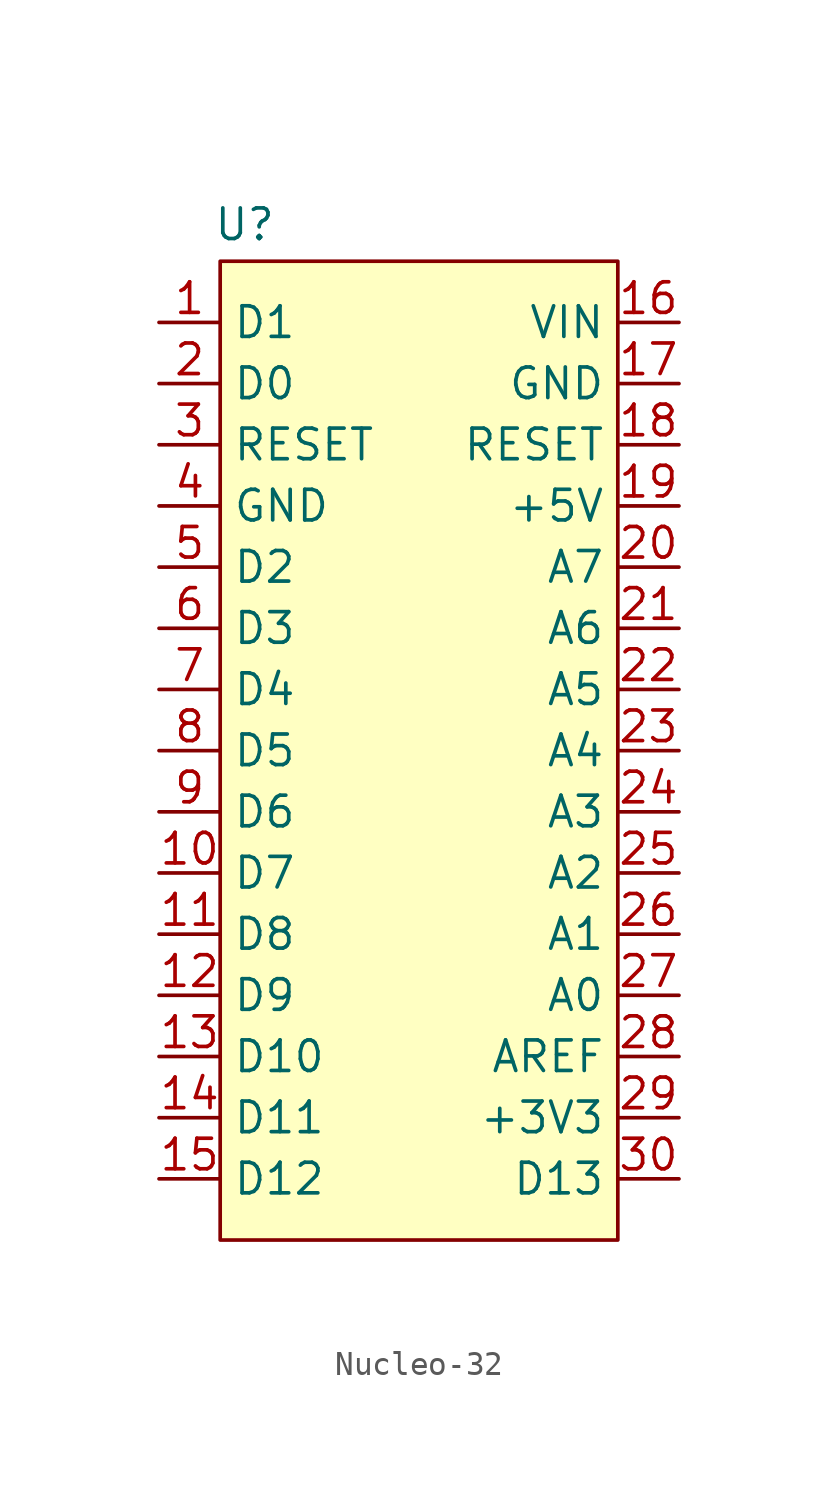
<source format=kicad_sym>
(kicad_symbol_lib
  (version 20231120)
  (generator "kicad_symbol_editor")
  (generator_version "8.0")
  (symbol "Nucleo-32"
    (property "Reference" "U"
      (at 3.556 4.064 0)
      (effects (font (size 1.27 1.27))))
    (property "Value" ""
      (at 0 0 0)
      (effects (font (size 1.27 1.27))))
    (symbol "Nucleo-32_1_1"
      (rectangle (start 2.54 2.54) (end 19.05 -38.1) (stroke (width 0) (type default)) (fill (type background)))
      (pin unspecified line (at 0 0 0) (length 2.54) (name "D1" (effects (font (size 1.27 1.27)))) (number "1" (effects (font (size 1.27 1.27)))))
      (pin unspecified line (at 0 -22.86 0) (length 2.54) (name "D7" (effects (font (size 1.27 1.27)))) (number "10" (effects (font (size 1.27 1.27)))))
      (pin unspecified line (at 0 -25.4 0) (length 2.54) (name "D8" (effects (font (size 1.27 1.27)))) (number "11" (effects (font (size 1.27 1.27)))))
      (pin unspecified line (at 0 -27.94 0) (length 2.54) (name "D9" (effects (font (size 1.27 1.27)))) (number "12" (effects (font (size 1.27 1.27)))))
      (pin unspecified line (at 0 -30.48 0) (length 2.54) (name "D10" (effects (font (size 1.27 1.27)))) (number "13" (effects (font (size 1.27 1.27)))))
      (pin unspecified line (at 0 -33.02 0) (length 2.54) (name "D11" (effects (font (size 1.27 1.27)))) (number "14" (effects (font (size 1.27 1.27)))))
      (pin unspecified line (at 0 -35.56 0) (length 2.54) (name "D12" (effects (font (size 1.27 1.27)))) (number "15" (effects (font (size 1.27 1.27)))))
      (pin unspecified line (at 21.59 0 180) (length 2.54) (name "VIN" (effects (font (size 1.27 1.27)))) (number "16" (effects (font (size 1.27 1.27)))))
      (pin unspecified line (at 21.59 -2.54 180) (length 2.54) (name "GND" (effects (font (size 1.27 1.27)))) (number "17" (effects (font (size 1.27 1.27)))))
      (pin unspecified line (at 21.59 -5.08 180) (length 2.54) (name "RESET" (effects (font (size 1.27 1.27)))) (number "18" (effects (font (size 1.27 1.27)))))
      (pin unspecified line (at 21.59 -7.62 180) (length 2.54) (name "+5V" (effects (font (size 1.27 1.27)))) (number "19" (effects (font (size 1.27 1.27)))))
      (pin unspecified line (at 0 -2.54 0) (length 2.54) (name "D0" (effects (font (size 1.27 1.27)))) (number "2" (effects (font (size 1.27 1.27)))))
      (pin unspecified line (at 21.59 -10.16 180) (length 2.54) (name "A7" (effects (font (size 1.27 1.27)))) (number "20" (effects (font (size 1.27 1.27)))))
      (pin unspecified line (at 21.59 -12.7 180) (length 2.54) (name "A6" (effects (font (size 1.27 1.27)))) (number "21" (effects (font (size 1.27 1.27)))))
      (pin unspecified line (at 21.59 -15.24 180) (length 2.54) (name "A5" (effects (font (size 1.27 1.27)))) (number "22" (effects (font (size 1.27 1.27)))))
      (pin unspecified line (at 21.59 -17.78 180) (length 2.54) (name "A4" (effects (font (size 1.27 1.27)))) (number "23" (effects (font (size 1.27 1.27)))))
      (pin unspecified line (at 21.59 -20.32 180) (length 2.54) (name "A3" (effects (font (size 1.27 1.27)))) (number "24" (effects (font (size 1.27 1.27)))))
      (pin unspecified line (at 21.59 -22.86 180) (length 2.54) (name "A2" (effects (font (size 1.27 1.27)))) (number "25" (effects (font (size 1.27 1.27)))))
      (pin unspecified line (at 21.59 -25.4 180) (length 2.54) (name "A1" (effects (font (size 1.27 1.27)))) (number "26" (effects (font (size 1.27 1.27)))))
      (pin unspecified line (at 21.59 -27.94 180) (length 2.54) (name "A0" (effects (font (size 1.27 1.27)))) (number "27" (effects (font (size 1.27 1.27)))))
      (pin unspecified line (at 21.59 -30.48 180) (length 2.54) (name "AREF" (effects (font (size 1.27 1.27)))) (number "28" (effects (font (size 1.27 1.27)))))
      (pin unspecified line (at 21.59 -33.02 180) (length 2.54) (name "+3V3" (effects (font (size 1.27 1.27)))) (number "29" (effects (font (size 1.27 1.27)))))
      (pin unspecified line (at 0 -5.08 0) (length 2.54) (name "RESET" (effects (font (size 1.27 1.27)))) (number "3" (effects (font (size 1.27 1.27)))))
      (pin unspecified line (at 21.59 -35.56 180) (length 2.54) (name "D13" (effects (font (size 1.27 1.27)))) (number "30" (effects (font (size 1.27 1.27)))))
      (pin unspecified line (at 0 -7.62 0) (length 2.54) (name "GND" (effects (font (size 1.27 1.27)))) (number "4" (effects (font (size 1.27 1.27)))))
      (pin unspecified line (at 0 -10.16 0) (length 2.54) (name "D2" (effects (font (size 1.27 1.27)))) (number "5" (effects (font (size 1.27 1.27)))))
      (pin unspecified line (at 0 -12.7 0) (length 2.54) (name "D3" (effects (font (size 1.27 1.27)))) (number "6" (effects (font (size 1.27 1.27)))))
      (pin unspecified line (at 0 -15.24 0) (length 2.54) (name "D4" (effects (font (size 1.27 1.27)))) (number "7" (effects (font (size 1.27 1.27)))))
      (pin unspecified line (at 0 -17.78 0) (length 2.54) (name "D5" (effects (font (size 1.27 1.27)))) (number "8" (effects (font (size 1.27 1.27)))))
      (pin unspecified line (at 0 -20.32 0) (length 2.54) (name "D6" (effects (font (size 1.27 1.27)))) (number "9" (effects (font (size 1.27 1.27))))))))
</source>
